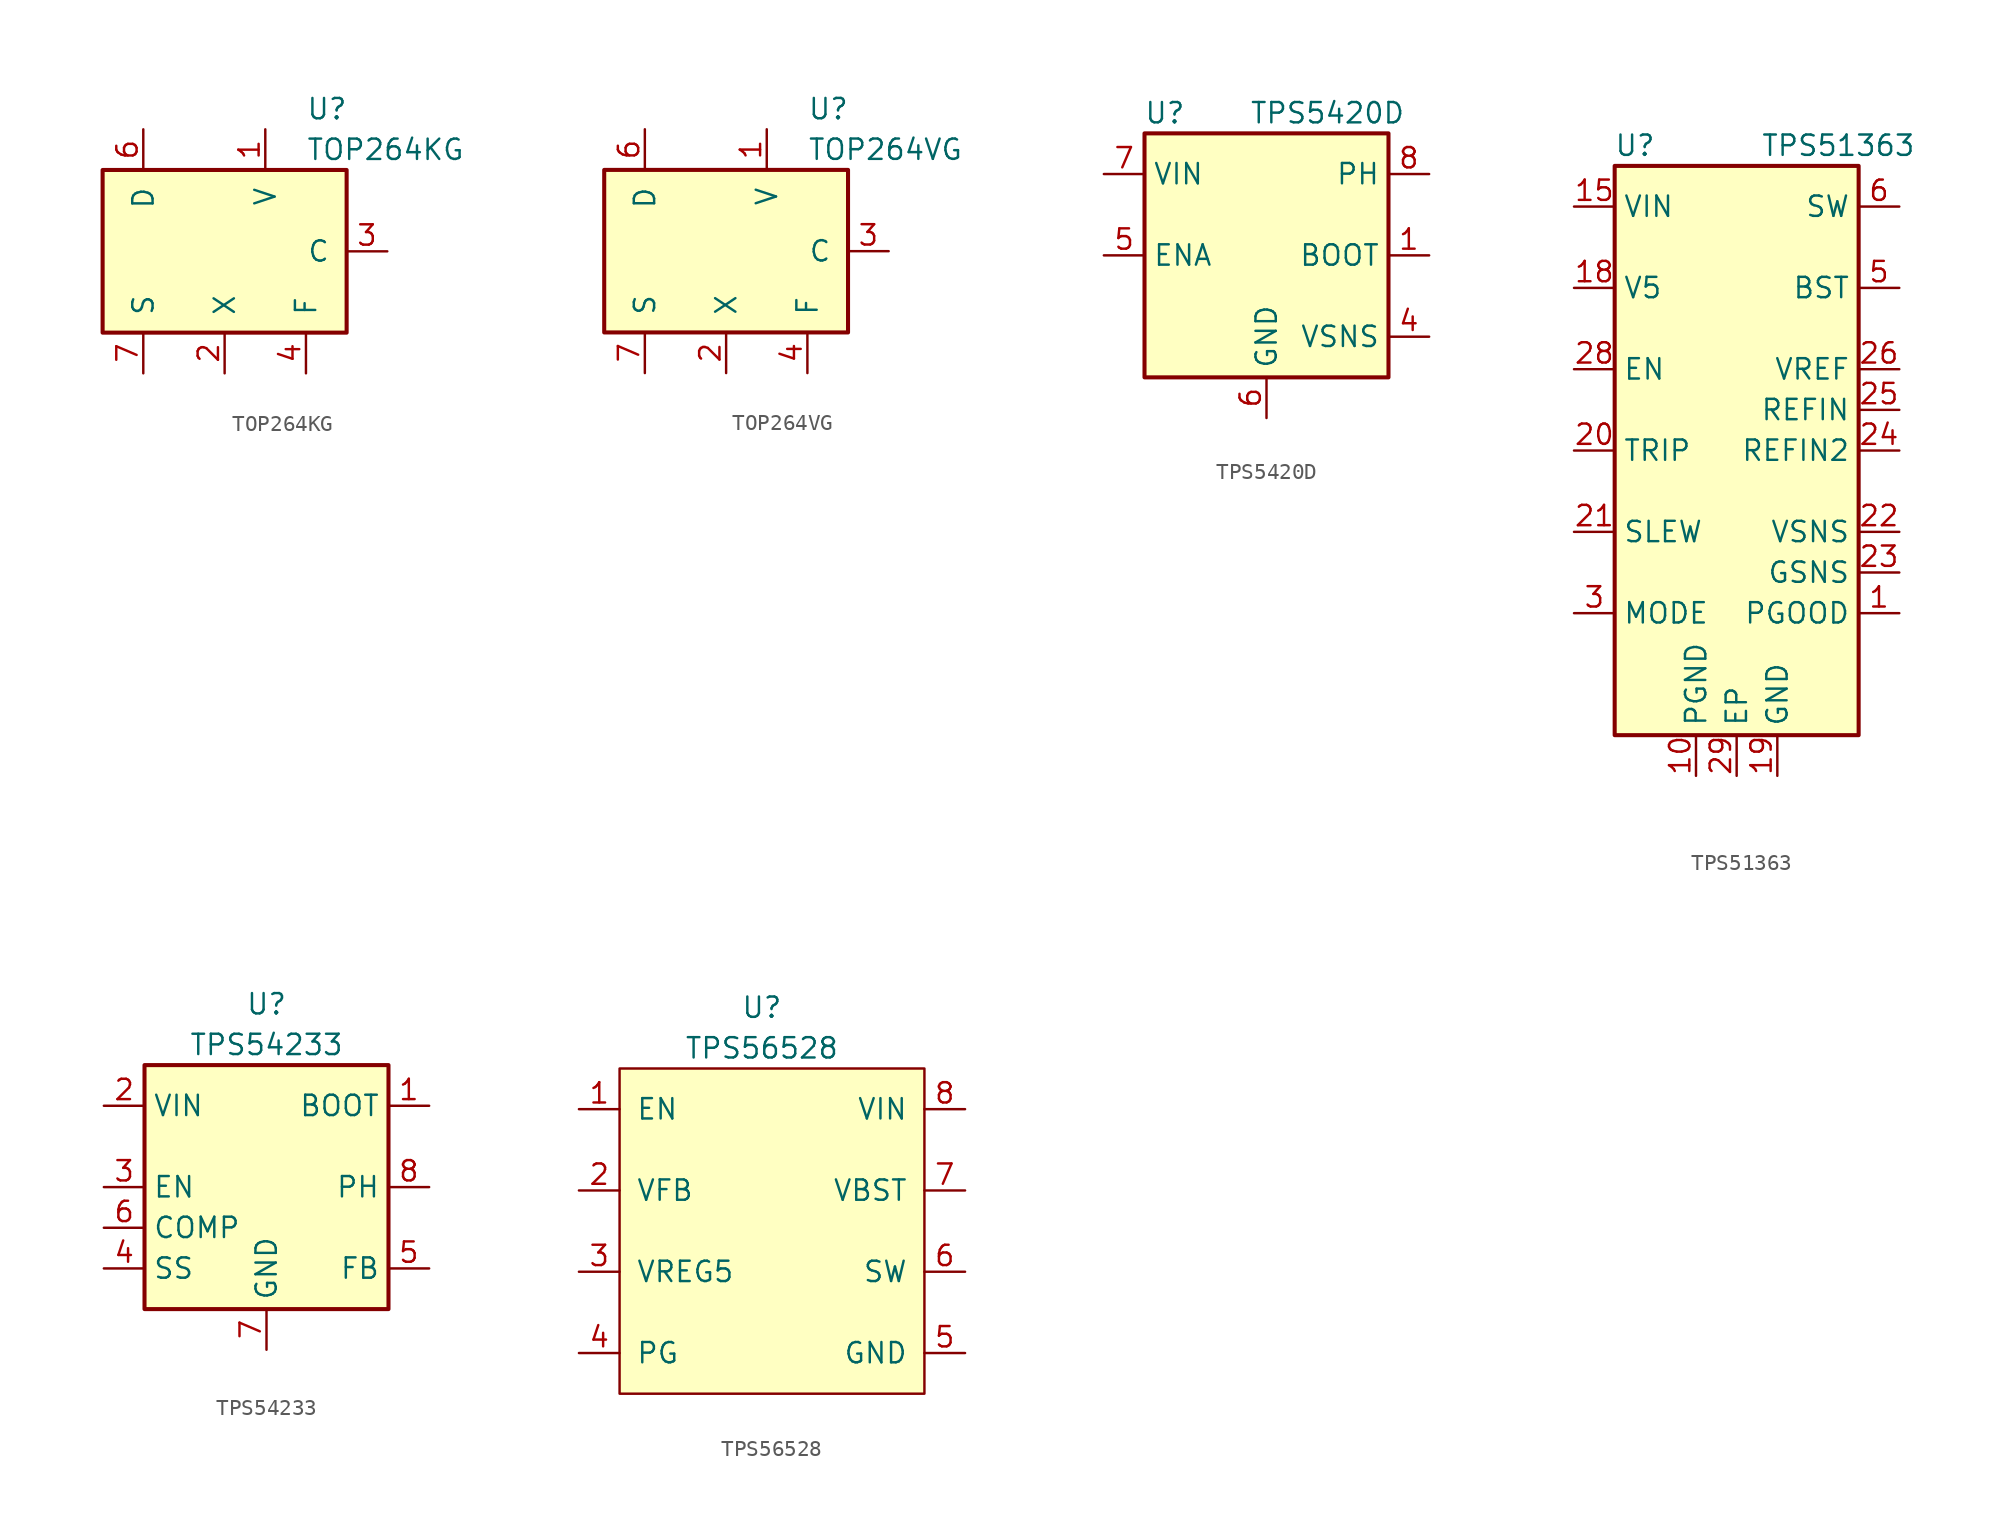
<source format=kicad_sym>
(kicad_symbol_lib
  (version 20201005)
  (generator kicad_symbol_editor)
  (symbol "TOP264KG"
    (pin_names
      (offset 1.016))
    (property "Reference" "U"
      (at 5.08 8.89 0)
      (effects (font (size 1.27 1.27)) (justify left)))
    (property "Value" "TOP264KG"
      (at 5.08 6.35 0)
      (effects (font (size 1.27 1.27)) (justify left)))
    (symbol "TOP264KG_0_1"
      (rectangle (start -7.62 5.08) (end 7.62 -5.08) (stroke (width 0.254)) (fill (type background))))
    (symbol "TOP264KG_1_1"
      (pin input line (at 2.54 7.62 270) (length 2.54) (name "V" (effects (font (size 1.27 1.27)))) (number "1" (effects (font (size 1.27 1.27)))))
      (pin open_emitter line (at -5.08 -7.62 90) (length 2.54) hide (name "S" (effects (font (size 1.27 1.27)))) (number "10" (effects (font (size 1.27 1.27)))))
      (pin open_emitter line (at -5.08 -7.62 90) (length 2.54) hide (name "S" (effects (font (size 1.27 1.27)))) (number "11" (effects (font (size 1.27 1.27)))))
      (pin open_emitter line (at -5.08 -7.62 90) (length 2.54) hide (name "S" (effects (font (size 1.27 1.27)))) (number "12" (effects (font (size 1.27 1.27)))))
      (pin input line (at 0 -7.62 90) (length 2.54) (name "X" (effects (font (size 1.27 1.27)))) (number "2" (effects (font (size 1.27 1.27)))))
      (pin input line (at 10.16 0 180) (length 2.54) (name "C" (effects (font (size 1.27 1.27)))) (number "3" (effects (font (size 1.27 1.27)))))
      (pin passive line (at 5.08 -7.62 90) (length 2.54) (name "F" (effects (font (size 1.27 1.27)))) (number "4" (effects (font (size 1.27 1.27)))))
      (pin open_collector line (at -5.08 7.62 270) (length 2.54) (name "D" (effects (font (size 1.27 1.27)))) (number "6" (effects (font (size 1.27 1.27)))))
      (pin open_emitter line (at -5.08 -7.62 90) (length 2.54) (name "S" (effects (font (size 1.27 1.27)))) (number "7" (effects (font (size 1.27 1.27)))))
      (pin open_emitter line (at -5.08 -7.62 90) (length 2.54) hide (name "S" (effects (font (size 1.27 1.27)))) (number "8" (effects (font (size 1.27 1.27)))))
      (pin open_emitter line (at -5.08 -7.62 90) (length 2.54) hide (name "S" (effects (font (size 1.27 1.27)))) (number "9" (effects (font (size 1.27 1.27)))))))
  (symbol "TOP264VG"
    (pin_names
      (offset 1.016))
    (property "Reference" "U"
      (at 5.08 8.89 0)
      (effects (font (size 1.27 1.27)) (justify left)))
    (property "Value" "TOP264VG"
      (at 5.08 6.35 0)
      (effects (font (size 1.27 1.27)) (justify left)))
    (symbol "TOP264VG_0_1"
      (rectangle (start -7.62 5.08) (end 7.62 -5.08) (stroke (width 0.254)) (fill (type background))))
    (symbol "TOP264VG_1_1"
      (pin input line (at 2.54 7.62 270) (length 2.54) (name "V" (effects (font (size 1.27 1.27)))) (number "1" (effects (font (size 1.27 1.27)))))
      (pin open_emitter line (at -5.08 -7.62 90) (length 2.54) hide (name "S" (effects (font (size 1.27 1.27)))) (number "10" (effects (font (size 1.27 1.27)))))
      (pin open_emitter line (at -5.08 -7.62 90) (length 2.54) hide (name "S" (effects (font (size 1.27 1.27)))) (number "11" (effects (font (size 1.27 1.27)))))
      (pin open_emitter line (at -5.08 -7.62 90) (length 2.54) hide (name "S" (effects (font (size 1.27 1.27)))) (number "12" (effects (font (size 1.27 1.27)))))
      (pin input line (at 0 -7.62 90) (length 2.54) (name "X" (effects (font (size 1.27 1.27)))) (number "2" (effects (font (size 1.27 1.27)))))
      (pin input line (at 10.16 0 180) (length 2.54) (name "C" (effects (font (size 1.27 1.27)))) (number "3" (effects (font (size 1.27 1.27)))))
      (pin passive line (at 5.08 -7.62 90) (length 2.54) (name "F" (effects (font (size 1.27 1.27)))) (number "4" (effects (font (size 1.27 1.27)))))
      (pin open_collector line (at -5.08 7.62 270) (length 2.54) (name "D" (effects (font (size 1.27 1.27)))) (number "6" (effects (font (size 1.27 1.27)))))
      (pin open_emitter line (at -5.08 -7.62 90) (length 2.54) (name "S" (effects (font (size 1.27 1.27)))) (number "7" (effects (font (size 1.27 1.27)))))
      (pin open_emitter line (at -5.08 -7.62 90) (length 2.54) hide (name "S" (effects (font (size 1.27 1.27)))) (number "8" (effects (font (size 1.27 1.27)))))
      (pin open_emitter line (at -5.08 -7.62 90) (length 2.54) hide (name "S" (effects (font (size 1.27 1.27)))) (number "9" (effects (font (size 1.27 1.27)))))))
  (symbol "TPS5420D"
    (property "Reference" "U"
      (at -6.35 8.89 0)
      (effects (font (size 1.27 1.27))))
    (property "Value" "TPS5420D"
      (at 3.81 8.89 0)
      (effects (font (size 1.27 1.27))))
    (symbol "TPS5420D_0_1"
      (rectangle (start -7.62 7.62) (end 7.62 -7.62) (stroke (width 0.254)) (fill (type background))))
    (symbol "TPS5420D_1_1"
      (pin input line (at 10.16 0 180) (length 2.54) (name "BOOT" (effects (font (size 1.27 1.27)))) (number "1" (effects (font (size 1.27 1.27)))))
      (pin no_connect line (at -7.62 -2.54 0) (length 2.54) hide (name "NC" (effects (font (size 1.27 1.27)))) (number "2" (effects (font (size 1.27 1.27)))))
      (pin no_connect line (at -7.62 -5.08 0) (length 2.54) hide (name "NC" (effects (font (size 1.27 1.27)))) (number "3" (effects (font (size 1.27 1.27)))))
      (pin input line (at 10.16 -5.08 180) (length 2.54) (name "VSNS" (effects (font (size 1.27 1.27)))) (number "4" (effects (font (size 1.27 1.27)))))
      (pin input line (at -10.16 0 0) (length 2.54) (name "ENA" (effects (font (size 1.27 1.27)))) (number "5" (effects (font (size 1.27 1.27)))))
      (pin power_in line (at 0 -10.16 90) (length 2.54) (name "GND" (effects (font (size 1.27 1.27)))) (number "6" (effects (font (size 1.27 1.27)))))
      (pin power_in line (at -10.16 5.08 0) (length 2.54) (name "VIN" (effects (font (size 1.27 1.27)))) (number "7" (effects (font (size 1.27 1.27)))))
      (pin power_out line (at 10.16 5.08 180) (length 2.54) (name "PH" (effects (font (size 1.27 1.27)))) (number "8" (effects (font (size 1.27 1.27)))))))
  (symbol "TPS51363"
    (property "Reference" "U"
      (at -6.35 19.05 0)
      (effects (font (size 1.27 1.27))))
    (property "Value" "TPS51363"
      (at 6.35 19.05 0)
      (effects (font (size 1.27 1.27))))
    (symbol "TPS51363_0_1"
      (rectangle (start -7.62 -17.78) (end 7.62 17.78) (stroke (width 0.254)) (fill (type background)))
      (pin open_collector line (at 10.16 -10.16 180) (length 2.54) (name "PGOOD" (effects (font (size 1.27 1.27)))) (number "1" (effects (font (size 1.27 1.27)))))
      (pin power_in line (at -2.54 -20.32 90) (length 2.54) (name "PGND" (effects (font (size 1.27 1.27)))) (number "10" (effects (font (size 1.27 1.27)))))
      (pin passive line (at -2.54 -20.32 90) (length 2.54) hide (name "PGND" (effects (font (size 1.27 1.27)))) (number "11" (effects (font (size 1.27 1.27)))))
      (pin passive line (at -2.54 -20.32 90) (length 2.54) hide (name "PGND" (effects (font (size 1.27 1.27)))) (number "12" (effects (font (size 1.27 1.27)))))
      (pin passive line (at -2.54 -20.32 90) (length 2.54) hide (name "PGND" (effects (font (size 1.27 1.27)))) (number "13" (effects (font (size 1.27 1.27)))))
      (pin passive line (at -2.54 -20.32 90) (length 2.54) hide (name "PGND" (effects (font (size 1.27 1.27)))) (number "14" (effects (font (size 1.27 1.27)))))
      (pin power_in line (at -10.16 15.24 0) (length 2.54) (name "VIN" (effects (font (size 1.27 1.27)))) (number "15" (effects (font (size 1.27 1.27)))))
      (pin passive line (at -10.16 15.24 0) (length 2.54) hide (name "VIN" (effects (font (size 1.27 1.27)))) (number "16" (effects (font (size 1.27 1.27)))))
      (pin passive line (at -10.16 15.24 0) (length 2.54) hide (name "VIN" (effects (font (size 1.27 1.27)))) (number "17" (effects (font (size 1.27 1.27)))))
      (pin power_in line (at -10.16 10.16 0) (length 2.54) (name "V5" (effects (font (size 1.27 1.27)))) (number "18" (effects (font (size 1.27 1.27)))))
      (pin power_in line (at 2.54 -20.32 90) (length 2.54) (name "GND" (effects (font (size 1.27 1.27)))) (number "19" (effects (font (size 1.27 1.27)))))
      (pin no_connect line (at -7.62 7.62 0) (length 2.54) hide (name "NU" (effects (font (size 1.27 1.27)))) (number "2" (effects (font (size 1.27 1.27)))))
      (pin input line (at -10.16 0 0) (length 2.54) (name "TRIP" (effects (font (size 1.27 1.27)))) (number "20" (effects (font (size 1.27 1.27)))))
      (pin output line (at -10.16 -5.08 0) (length 2.54) (name "SLEW" (effects (font (size 1.27 1.27)))) (number "21" (effects (font (size 1.27 1.27)))))
      (pin input line (at 10.16 -5.08 180) (length 2.54) (name "VSNS" (effects (font (size 1.27 1.27)))) (number "22" (effects (font (size 1.27 1.27)))))
      (pin output line (at 10.16 -7.62 180) (length 2.54) (name "GSNS" (effects (font (size 1.27 1.27)))) (number "23" (effects (font (size 1.27 1.27)))))
      (pin input line (at 10.16 0 180) (length 2.54) (name "REFIN2" (effects (font (size 1.27 1.27)))) (number "24" (effects (font (size 1.27 1.27)))))
      (pin input line (at 10.16 2.54 180) (length 2.54) (name "REFIN" (effects (font (size 1.27 1.27)))) (number "25" (effects (font (size 1.27 1.27)))))
      (pin output line (at 10.16 5.08 180) (length 2.54) (name "VREF" (effects (font (size 1.27 1.27)))) (number "26" (effects (font (size 1.27 1.27)))))
      (pin no_connect line (at -7.62 2.54 0) (length 2.54) hide (name "NU" (effects (font (size 1.27 1.27)))) (number "27" (effects (font (size 1.27 1.27)))))
      (pin input line (at -10.16 5.08 0) (length 2.54) (name "EN" (effects (font (size 1.27 1.27)))) (number "28" (effects (font (size 1.27 1.27)))))
      (pin power_in line (at 0 -20.32 90) (length 2.54) (name "EP" (effects (font (size 1.27 1.27)))) (number "29" (effects (font (size 1.27 1.27)))))
      (pin input line (at -10.16 -10.16 0) (length 2.54) (name "MODE" (effects (font (size 1.27 1.27)))) (number "3" (effects (font (size 1.27 1.27)))))
      (pin no_connect line (at -7.62 -2.54 0) (length 2.54) hide (name "NC" (effects (font (size 1.27 1.27)))) (number "4" (effects (font (size 1.27 1.27)))))
      (pin input line (at 10.16 10.16 180) (length 2.54) (name "BST" (effects (font (size 1.27 1.27)))) (number "5" (effects (font (size 1.27 1.27)))))
      (pin power_out line (at 10.16 15.24 180) (length 2.54) (name "SW" (effects (font (size 1.27 1.27)))) (number "6" (effects (font (size 1.27 1.27)))))
      (pin passive line (at 10.16 15.24 180) (length 2.54) hide (name "SW" (effects (font (size 1.27 1.27)))) (number "7" (effects (font (size 1.27 1.27)))))
      (pin passive line (at 10.16 15.24 180) (length 2.54) hide (name "SW" (effects (font (size 1.27 1.27)))) (number "8" (effects (font (size 1.27 1.27)))))
      (pin passive line (at 10.16 15.24 180) (length 2.54) hide (name "SW" (effects (font (size 1.27 1.27)))) (number "9" (effects (font (size 1.27 1.27)))))))
  (symbol "TPS54233"
    (property "Reference" "U"
      (at 0 11.43 0)
      (effects (font (size 1.27 1.27))))
    (property "Value" "TPS54233"
      (at 0 8.89 0)
      (effects (font (size 1.27 1.27))))
    (symbol "TPS54233_1_1"
      (rectangle (start -7.62 7.62) (end 7.62 -7.62) (stroke (width 0.254)) (fill (type background)))
      (pin input line (at 10.16 5.08 180) (length 2.54) (name "BOOT" (effects (font (size 1.27 1.27)))) (number "1" (effects (font (size 1.27 1.27)))))
      (pin power_in line (at -10.16 5.08 0) (length 2.54) (name "VIN" (effects (font (size 1.27 1.27)))) (number "2" (effects (font (size 1.27 1.27)))))
      (pin input line (at -10.16 0 0) (length 2.54) (name "EN" (effects (font (size 1.27 1.27)))) (number "3" (effects (font (size 1.27 1.27)))))
      (pin input line (at -10.16 -5.08 0) (length 2.54) (name "SS" (effects (font (size 1.27 1.27)))) (number "4" (effects (font (size 1.27 1.27)))))
      (pin input line (at 10.16 -5.08 180) (length 2.54) (name "FB" (effects (font (size 1.27 1.27)))) (number "5" (effects (font (size 1.27 1.27)))))
      (pin passive line (at -10.16 -2.54 0) (length 2.54) (name "COMP" (effects (font (size 1.27 1.27)))) (number "6" (effects (font (size 1.27 1.27)))))
      (pin power_in line (at 0 -10.16 90) (length 2.54) (name "GND" (effects (font (size 1.27 1.27)))) (number "7" (effects (font (size 1.27 1.27)))))
      (pin output line (at 10.16 0 180) (length 2.54) (name "PH" (effects (font (size 1.27 1.27)))) (number "8" (effects (font (size 1.27 1.27)))))))
  (symbol "TPS56528"
    (pin_names
      (offset 1.016))
    (property "Reference" "U"
      (at 0 13.97 0)
      (effects (font (size 1.27 1.27))))
    (property "Value" "TPS56528"
      (at 0 11.43 0)
      (effects (font (size 1.27 1.27))))
    (symbol "TPS56528_0_1"
      (rectangle (start -8.89 10.16) (end 10.16 -10.16) (stroke (width 0)) (fill (type background))))
    (symbol "TPS56528_1_1"
      (pin input line (at -11.43 7.62 0) (length 2.54) (name "EN" (effects (font (size 1.27 1.27)))) (number "1" (effects (font (size 1.27 1.27)))))
      (pin input line (at -11.43 2.54 0) (length 2.54) (name "VFB" (effects (font (size 1.27 1.27)))) (number "2" (effects (font (size 1.27 1.27)))))
      (pin input line (at -11.43 -2.54 0) (length 2.54) (name "VREG5" (effects (font (size 1.27 1.27)))) (number "3" (effects (font (size 1.27 1.27)))))
      (pin input line (at -11.43 -7.62 0) (length 2.54) (name "PG" (effects (font (size 1.27 1.27)))) (number "4" (effects (font (size 1.27 1.27)))))
      (pin input line (at 12.7 -7.62 180) (length 2.54) (name "GND" (effects (font (size 1.27 1.27)))) (number "5" (effects (font (size 1.27 1.27)))))
      (pin input line (at 12.7 -2.54 180) (length 2.54) (name "SW" (effects (font (size 1.27 1.27)))) (number "6" (effects (font (size 1.27 1.27)))))
      (pin input line (at 12.7 2.54 180) (length 2.54) (name "VBST" (effects (font (size 1.27 1.27)))) (number "7" (effects (font (size 1.27 1.27)))))
      (pin input line (at 12.7 7.62 180) (length 2.54) (name "VIN" (effects (font (size 1.27 1.27)))) (number "8" (effects (font (size 1.27 1.27)))))
      (pin input line (at 12.7 -7.62 180) (length 2.54) hide (name "EXPAD" (effects (font (size 1.27 1.27)))) (number "9" (effects (font (size 1.27 1.27))))))))
</source>
